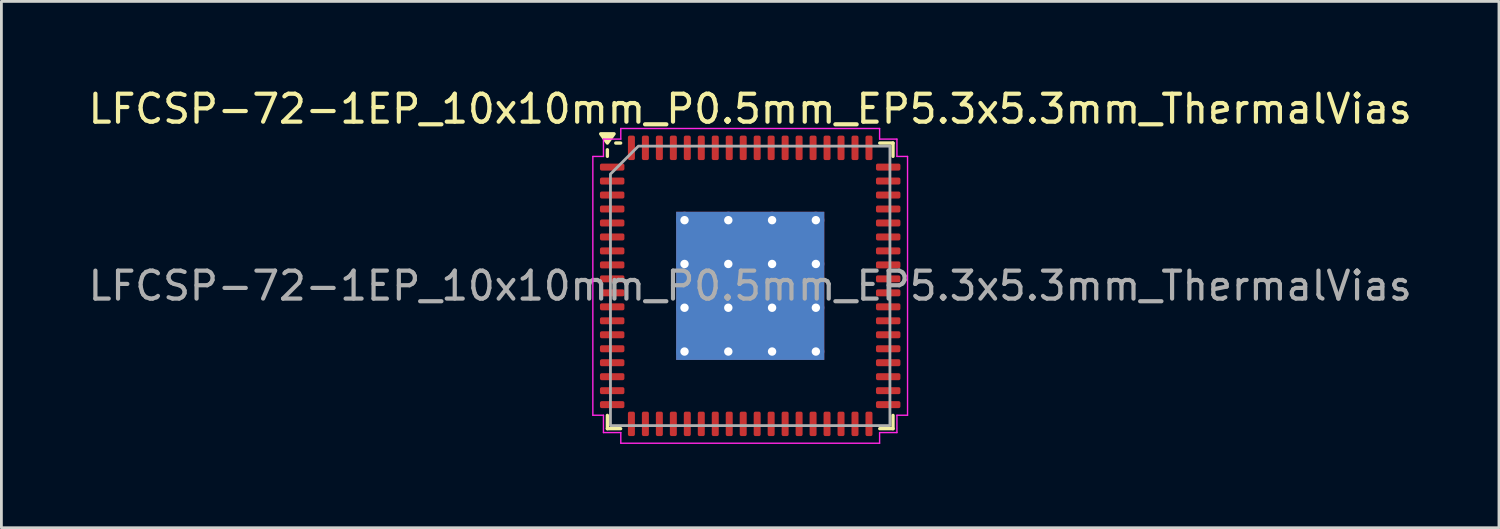
<source format=kicad_pcb>
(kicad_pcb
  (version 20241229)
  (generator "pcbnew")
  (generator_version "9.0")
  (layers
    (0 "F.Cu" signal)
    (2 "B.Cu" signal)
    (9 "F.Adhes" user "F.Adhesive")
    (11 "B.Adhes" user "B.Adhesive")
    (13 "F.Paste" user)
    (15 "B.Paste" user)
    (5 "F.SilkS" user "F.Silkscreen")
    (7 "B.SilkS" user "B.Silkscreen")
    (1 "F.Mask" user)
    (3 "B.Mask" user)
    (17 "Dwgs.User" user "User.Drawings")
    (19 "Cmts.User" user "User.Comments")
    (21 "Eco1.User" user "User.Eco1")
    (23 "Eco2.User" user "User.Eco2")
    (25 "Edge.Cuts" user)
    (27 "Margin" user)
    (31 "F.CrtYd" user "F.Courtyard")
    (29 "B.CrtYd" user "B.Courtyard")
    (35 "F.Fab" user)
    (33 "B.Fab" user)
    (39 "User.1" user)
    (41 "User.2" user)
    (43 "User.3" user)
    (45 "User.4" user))
  (footprint "LFCSP-72-1EP_10x10mm_P0.5mm_EP5.3x5.3mm_ThermalVias"
    (layer "F.Cu")
    (at 23.792 7.178)
    (property "Reference" "LFCSP-72-1EP_10x10mm_P0.5mm_EP5.3x5.3mm_ThermalVias" (at 0 -6.33 0) (layer "F.SilkS") (effects (font (size 1 1) (thickness 0.15))))
    (attr smd)
    (fp_line (start -5.11 -4.635) (end -5.11 -4.87) (stroke (width 0.12) (type solid)) (layer "F.SilkS"))
    (fp_line (start -5.11 5.11) (end -5.11 4.635) (stroke (width 0.12) (type solid)) (layer "F.SilkS"))
    (fp_line (start -4.635 -5.11) (end -4.81 -5.11) (stroke (width 0.12) (type solid)) (layer "F.SilkS"))
    (fp_line (start -4.635 5.11) (end -5.11 5.11) (stroke (width 0.12) (type solid)) (layer "F.SilkS"))
    (fp_line (start 4.635 -5.11) (end 5.11 -5.11) (stroke (width 0.12) (type solid)) (layer "F.SilkS"))
    (fp_line (start 4.635 5.11) (end 5.11 5.11) (stroke (width 0.12) (type solid)) (layer "F.SilkS"))
    (fp_line (start 5.11 -5.11) (end 5.11 -4.635) (stroke (width 0.12) (type solid)) (layer "F.SilkS"))
    (fp_line (start 5.11 5.11) (end 5.11 4.635) (stroke (width 0.12) (type solid)) (layer "F.SilkS"))
    (fp_poly (pts (xy -5.11 -5.11) (xy -5.35 -5.44) (xy -4.87 -5.44)) (stroke (width 0.12) (type solid)) (fill yes) (layer "F.SilkS"))
    (fp_line (start -5.63 -4.63) (end -5.25 -4.63) (stroke (width 0.05) (type solid)) (layer "F.CrtYd"))
    (fp_line (start -5.63 4.63) (end -5.63 -4.63) (stroke (width 0.05) (type solid)) (layer "F.CrtYd"))
    (fp_line (start -5.25 -5.25) (end -4.63 -5.25) (stroke (width 0.05) (type solid)) (layer "F.CrtYd"))
    (fp_line (start -5.25 -4.63) (end -5.25 -5.25) (stroke (width 0.05) (type solid)) (layer "F.CrtYd"))
    (fp_line (start -5.25 4.63) (end -5.63 4.63) (stroke (width 0.05) (type solid)) (layer "F.CrtYd"))
    (fp_line (start -5.25 5.25) (end -5.25 4.63) (stroke (width 0.05) (type solid)) (layer "F.CrtYd"))
    (fp_line (start -4.63 -5.63) (end 4.63 -5.63) (stroke (width 0.05) (type solid)) (layer "F.CrtYd"))
    (fp_line (start -4.63 -5.25) (end -4.63 -5.63) (stroke (width 0.05) (type solid)) (layer "F.CrtYd"))
    (fp_line (start -4.63 5.25) (end -5.25 5.25) (stroke (width 0.05) (type solid)) (layer "F.CrtYd"))
    (fp_line (start -4.63 5.63) (end -4.63 5.25) (stroke (width 0.05) (type solid)) (layer "F.CrtYd"))
    (fp_line (start 4.63 -5.63) (end 4.63 -5.25) (stroke (width 0.05) (type solid)) (layer "F.CrtYd"))
    (fp_line (start 4.63 -5.25) (end 5.25 -5.25) (stroke (width 0.05) (type solid)) (layer "F.CrtYd"))
    (fp_line (start 4.63 5.25) (end 4.63 5.63) (stroke (width 0.05) (type solid)) (layer "F.CrtYd"))
    (fp_line (start 4.63 5.63) (end -4.63 5.63) (stroke (width 0.05) (type solid)) (layer "F.CrtYd"))
    (fp_line (start 5.25 -5.25) (end 5.25 -4.63) (stroke (width 0.05) (type solid)) (layer "F.CrtYd"))
    (fp_line (start 5.25 -4.63) (end 5.63 -4.63) (stroke (width 0.05) (type solid)) (layer "F.CrtYd"))
    (fp_line (start 5.25 4.63) (end 5.25 5.25) (stroke (width 0.05) (type solid)) (layer "F.CrtYd"))
    (fp_line (start 5.25 5.25) (end 4.63 5.25) (stroke (width 0.05) (type solid)) (layer "F.CrtYd"))
    (fp_line (start 5.63 -4.63) (end 5.63 4.63) (stroke (width 0.05) (type solid)) (layer "F.CrtYd"))
    (fp_line (start 5.63 4.63) (end 5.25 4.63) (stroke (width 0.05) (type solid)) (layer "F.CrtYd"))
    (fp_poly (pts (xy -5 -4) (xy -5 5) (xy 5 5) (xy 5 -5) (xy -4 -5)) (stroke (width 0.1) (type solid)) (fill no) (layer "F.Fab"))
    (fp_text user "${REFERENCE}" (at 0 0 0) (layer "F.Fab") (effects (font (size 1 1) (thickness 0.15))))
    (pad "" smd roundrect (at -1.77 -1.77) (size 1.42 1.42) (layers "F.Paste") (roundrect_rratio 0.176))
    (pad "" smd roundrect (at -1.77 0) (size 1.42 1.42) (layers "F.Paste") (roundrect_rratio 0.176))
    (pad "" smd roundrect (at -1.77 1.77) (size 1.42 1.42) (layers "F.Paste") (roundrect_rratio 0.176))
    (pad "" smd roundrect (at 0 -1.77) (size 1.42 1.42) (layers "F.Paste") (roundrect_rratio 0.176))
    (pad "" smd roundrect (at 0 0) (size 1.42 1.42) (layers "F.Paste") (roundrect_rratio 0.176))
    (pad "" smd roundrect (at 0 1.77) (size 1.42 1.42) (layers "F.Paste") (roundrect_rratio 0.176))
    (pad "" smd roundrect (at 1.77 -1.77) (size 1.42 1.42) (layers "F.Paste") (roundrect_rratio 0.176))
    (pad "" smd roundrect (at 1.77 0) (size 1.42 1.42) (layers "F.Paste") (roundrect_rratio 0.176))
    (pad "" smd roundrect (at 1.77 1.77) (size 1.42 1.42) (layers "F.Paste") (roundrect_rratio 0.176))
    (pad "1" smd roundrect (at -4.938 -4.25) (size 0.875 0.25) (layers "F.Cu" "F.Mask" "F.Paste") (roundrect_rratio 0.25))
    (pad "2" smd roundrect (at -4.938 -3.75) (size 0.875 0.25) (layers "F.Cu" "F.Mask" "F.Paste") (roundrect_rratio 0.25))
    (pad "3" smd roundrect (at -4.938 -3.25) (size 0.875 0.25) (layers "F.Cu" "F.Mask" "F.Paste") (roundrect_rratio 0.25))
    (pad "4" smd roundrect (at -4.938 -2.75) (size 0.875 0.25) (layers "F.Cu" "F.Mask" "F.Paste") (roundrect_rratio 0.25))
    (pad "5" smd roundrect (at -4.938 -2.25) (size 0.875 0.25) (layers "F.Cu" "F.Mask" "F.Paste") (roundrect_rratio 0.25))
    (pad "6" smd roundrect (at -4.938 -1.75) (size 0.875 0.25) (layers "F.Cu" "F.Mask" "F.Paste") (roundrect_rratio 0.25))
    (pad "7" smd roundrect (at -4.938 -1.25) (size 0.875 0.25) (layers "F.Cu" "F.Mask" "F.Paste") (roundrect_rratio 0.25))
    (pad "8" smd roundrect (at -4.938 -0.75) (size 0.875 0.25) (layers "F.Cu" "F.Mask" "F.Paste") (roundrect_rratio 0.25))
    (pad "9" smd roundrect (at -4.938 -0.25) (size 0.875 0.25) (layers "F.Cu" "F.Mask" "F.Paste") (roundrect_rratio 0.25))
    (pad "10" smd roundrect (at -4.938 0.25) (size 0.875 0.25) (layers "F.Cu" "F.Mask" "F.Paste") (roundrect_rratio 0.25))
    (pad "11" smd roundrect (at -4.938 0.75) (size 0.875 0.25) (layers "F.Cu" "F.Mask" "F.Paste") (roundrect_rratio 0.25))
    (pad "12" smd roundrect (at -4.938 1.25) (size 0.875 0.25) (layers "F.Cu" "F.Mask" "F.Paste") (roundrect_rratio 0.25))
    (pad "13" smd roundrect (at -4.938 1.75) (size 0.875 0.25) (layers "F.Cu" "F.Mask" "F.Paste") (roundrect_rratio 0.25))
    (pad "14" smd roundrect (at -4.938 2.25) (size 0.875 0.25) (layers "F.Cu" "F.Mask" "F.Paste") (roundrect_rratio 0.25))
    (pad "15" smd roundrect (at -4.938 2.75) (size 0.875 0.25) (layers "F.Cu" "F.Mask" "F.Paste") (roundrect_rratio 0.25))
    (pad "16" smd roundrect (at -4.938 3.25) (size 0.875 0.25) (layers "F.Cu" "F.Mask" "F.Paste") (roundrect_rratio 0.25))
    (pad "17" smd roundrect (at -4.938 3.75) (size 0.875 0.25) (layers "F.Cu" "F.Mask" "F.Paste") (roundrect_rratio 0.25))
    (pad "18" smd roundrect (at -4.938 4.25) (size 0.875 0.25) (layers "F.Cu" "F.Mask" "F.Paste") (roundrect_rratio 0.25))
    (pad "19" smd roundrect (at -4.25 4.938) (size 0.25 0.875) (layers "F.Cu" "F.Mask" "F.Paste") (roundrect_rratio 0.25))
    (pad "20" smd roundrect (at -3.75 4.938) (size 0.25 0.875) (layers "F.Cu" "F.Mask" "F.Paste") (roundrect_rratio 0.25))
    (pad "21" smd roundrect (at -3.25 4.938) (size 0.25 0.875) (layers "F.Cu" "F.Mask" "F.Paste") (roundrect_rratio 0.25))
    (pad "22" smd roundrect (at -2.75 4.938) (size 0.25 0.875) (layers "F.Cu" "F.Mask" "F.Paste") (roundrect_rratio 0.25))
    (pad "23" smd roundrect (at -2.25 4.938) (size 0.25 0.875) (layers "F.Cu" "F.Mask" "F.Paste") (roundrect_rratio 0.25))
    (pad "24" smd roundrect (at -1.75 4.938) (size 0.25 0.875) (layers "F.Cu" "F.Mask" "F.Paste") (roundrect_rratio 0.25))
    (pad "25" smd roundrect (at -1.25 4.938) (size 0.25 0.875) (layers "F.Cu" "F.Mask" "F.Paste") (roundrect_rratio 0.25))
    (pad "26" smd roundrect (at -0.75 4.938) (size 0.25 0.875) (layers "F.Cu" "F.Mask" "F.Paste") (roundrect_rratio 0.25))
    (pad "27" smd roundrect (at -0.25 4.938) (size 0.25 0.875) (layers "F.Cu" "F.Mask" "F.Paste") (roundrect_rratio 0.25))
    (pad "28" smd roundrect (at 0.25 4.938) (size 0.25 0.875) (layers "F.Cu" "F.Mask" "F.Paste") (roundrect_rratio 0.25))
    (pad "29" smd roundrect (at 0.75 4.938) (size 0.25 0.875) (layers "F.Cu" "F.Mask" "F.Paste") (roundrect_rratio 0.25))
    (pad "30" smd roundrect (at 1.25 4.938) (size 0.25 0.875) (layers "F.Cu" "F.Mask" "F.Paste") (roundrect_rratio 0.25))
    (pad "31" smd roundrect (at 1.75 4.938) (size 0.25 0.875) (layers "F.Cu" "F.Mask" "F.Paste") (roundrect_rratio 0.25))
    (pad "32" smd roundrect (at 2.25 4.938) (size 0.25 0.875) (layers "F.Cu" "F.Mask" "F.Paste") (roundrect_rratio 0.25))
    (pad "33" smd roundrect (at 2.75 4.938) (size 0.25 0.875) (layers "F.Cu" "F.Mask" "F.Paste") (roundrect_rratio 0.25))
    (pad "34" smd roundrect (at 3.25 4.938) (size 0.25 0.875) (layers "F.Cu" "F.Mask" "F.Paste") (roundrect_rratio 0.25))
    (pad "35" smd roundrect (at 3.75 4.938) (size 0.25 0.875) (layers "F.Cu" "F.Mask" "F.Paste") (roundrect_rratio 0.25))
    (pad "36" smd roundrect (at 4.25 4.938) (size 0.25 0.875) (layers "F.Cu" "F.Mask" "F.Paste") (roundrect_rratio 0.25))
    (pad "37" smd roundrect (at 4.938 4.25) (size 0.875 0.25) (layers "F.Cu" "F.Mask" "F.Paste") (roundrect_rratio 0.25))
    (pad "38" smd roundrect (at 4.938 3.75) (size 0.875 0.25) (layers "F.Cu" "F.Mask" "F.Paste") (roundrect_rratio 0.25))
    (pad "39" smd roundrect (at 4.938 3.25) (size 0.875 0.25) (layers "F.Cu" "F.Mask" "F.Paste") (roundrect_rratio 0.25))
    (pad "40" smd roundrect (at 4.938 2.75) (size 0.875 0.25) (layers "F.Cu" "F.Mask" "F.Paste") (roundrect_rratio 0.25))
    (pad "41" smd roundrect (at 4.938 2.25) (size 0.875 0.25) (layers "F.Cu" "F.Mask" "F.Paste") (roundrect_rratio 0.25))
    (pad "42" smd roundrect (at 4.938 1.75) (size 0.875 0.25) (layers "F.Cu" "F.Mask" "F.Paste") (roundrect_rratio 0.25))
    (pad "43" smd roundrect (at 4.938 1.25) (size 0.875 0.25) (layers "F.Cu" "F.Mask" "F.Paste") (roundrect_rratio 0.25))
    (pad "44" smd roundrect (at 4.938 0.75) (size 0.875 0.25) (layers "F.Cu" "F.Mask" "F.Paste") (roundrect_rratio 0.25))
    (pad "45" smd roundrect (at 4.938 0.25) (size 0.875 0.25) (layers "F.Cu" "F.Mask" "F.Paste") (roundrect_rratio 0.25))
    (pad "46" smd roundrect (at 4.938 -0.25) (size 0.875 0.25) (layers "F.Cu" "F.Mask" "F.Paste") (roundrect_rratio 0.25))
    (pad "47" smd roundrect (at 4.938 -0.75) (size 0.875 0.25) (layers "F.Cu" "F.Mask" "F.Paste") (roundrect_rratio 0.25))
    (pad "48" smd roundrect (at 4.938 -1.25) (size 0.875 0.25) (layers "F.Cu" "F.Mask" "F.Paste") (roundrect_rratio 0.25))
    (pad "49" smd roundrect (at 4.938 -1.75) (size 0.875 0.25) (layers "F.Cu" "F.Mask" "F.Paste") (roundrect_rratio 0.25))
    (pad "50" smd roundrect (at 4.938 -2.25) (size 0.875 0.25) (layers "F.Cu" "F.Mask" "F.Paste") (roundrect_rratio 0.25))
    (pad "51" smd roundrect (at 4.938 -2.75) (size 0.875 0.25) (layers "F.Cu" "F.Mask" "F.Paste") (roundrect_rratio 0.25))
    (pad "52" smd roundrect (at 4.938 -3.25) (size 0.875 0.25) (layers "F.Cu" "F.Mask" "F.Paste") (roundrect_rratio 0.25))
    (pad "53" smd roundrect (at 4.938 -3.75) (size 0.875 0.25) (layers "F.Cu" "F.Mask" "F.Paste") (roundrect_rratio 0.25))
    (pad "54" smd roundrect (at 4.938 -4.25) (size 0.875 0.25) (layers "F.Cu" "F.Mask" "F.Paste") (roundrect_rratio 0.25))
    (pad "55" smd roundrect (at 4.25 -4.938) (size 0.25 0.875) (layers "F.Cu" "F.Mask" "F.Paste") (roundrect_rratio 0.25))
    (pad "56" smd roundrect (at 3.75 -4.938) (size 0.25 0.875) (layers "F.Cu" "F.Mask" "F.Paste") (roundrect_rratio 0.25))
    (pad "57" smd roundrect (at 3.25 -4.938) (size 0.25 0.875) (layers "F.Cu" "F.Mask" "F.Paste") (roundrect_rratio 0.25))
    (pad "58" smd roundrect (at 2.75 -4.938) (size 0.25 0.875) (layers "F.Cu" "F.Mask" "F.Paste") (roundrect_rratio 0.25))
    (pad "59" smd roundrect (at 2.25 -4.938) (size 0.25 0.875) (layers "F.Cu" "F.Mask" "F.Paste") (roundrect_rratio 0.25))
    (pad "60" smd roundrect (at 1.75 -4.938) (size 0.25 0.875) (layers "F.Cu" "F.Mask" "F.Paste") (roundrect_rratio 0.25))
    (pad "61" smd roundrect (at 1.25 -4.938) (size 0.25 0.875) (layers "F.Cu" "F.Mask" "F.Paste") (roundrect_rratio 0.25))
    (pad "62" smd roundrect (at 0.75 -4.938) (size 0.25 0.875) (layers "F.Cu" "F.Mask" "F.Paste") (roundrect_rratio 0.25))
    (pad "63" smd roundrect (at 0.25 -4.938) (size 0.25 0.875) (layers "F.Cu" "F.Mask" "F.Paste") (roundrect_rratio 0.25))
    (pad "64" smd roundrect (at -0.25 -4.938) (size 0.25 0.875) (layers "F.Cu" "F.Mask" "F.Paste") (roundrect_rratio 0.25))
    (pad "65" smd roundrect (at -0.75 -4.938) (size 0.25 0.875) (layers "F.Cu" "F.Mask" "F.Paste") (roundrect_rratio 0.25))
    (pad "66" smd roundrect (at -1.25 -4.938) (size 0.25 0.875) (layers "F.Cu" "F.Mask" "F.Paste") (roundrect_rratio 0.25))
    (pad "67" smd roundrect (at -1.75 -4.938) (size 0.25 0.875) (layers "F.Cu" "F.Mask" "F.Paste") (roundrect_rratio 0.25))
    (pad "68" smd roundrect (at -2.25 -4.938) (size 0.25 0.875) (layers "F.Cu" "F.Mask" "F.Paste") (roundrect_rratio 0.25))
    (pad "69" smd roundrect (at -2.75 -4.938) (size 0.25 0.875) (layers "F.Cu" "F.Mask" "F.Paste") (roundrect_rratio 0.25))
    (pad "70" smd roundrect (at -3.25 -4.938) (size 0.25 0.875) (layers "F.Cu" "F.Mask" "F.Paste") (roundrect_rratio 0.25))
    (pad "71" smd roundrect (at -3.75 -4.938) (size 0.25 0.875) (layers "F.Cu" "F.Mask" "F.Paste") (roundrect_rratio 0.25))
    (pad "72" smd roundrect (at -4.25 -4.938) (size 0.25 0.875) (layers "F.Cu" "F.Mask" "F.Paste") (roundrect_rratio 0.25))
    (pad "73" thru_hole circle (at -2.35 -2.35) (size 0.6 0.6) (drill 0.3) (property pad_prop_heatsink) (layers "*.Cu"))
    (pad "73" thru_hole circle (at -2.35 -0.783) (size 0.6 0.6) (drill 0.3) (property pad_prop_heatsink) (layers "*.Cu"))
    (pad "73" thru_hole circle (at -2.35 0.783) (size 0.6 0.6) (drill 0.3) (property pad_prop_heatsink) (layers "*.Cu"))
    (pad "73" thru_hole circle (at -2.35 2.35) (size 0.6 0.6) (drill 0.3) (property pad_prop_heatsink) (layers "*.Cu"))
    (pad "73" thru_hole circle (at -0.783 -2.35) (size 0.6 0.6) (drill 0.3) (property pad_prop_heatsink) (layers "*.Cu"))
    (pad "73" thru_hole circle (at -0.783 -0.783) (size 0.6 0.6) (drill 0.3) (property pad_prop_heatsink) (layers "*.Cu"))
    (pad "73" thru_hole circle (at -0.783 0.783) (size 0.6 0.6) (drill 0.3) (property pad_prop_heatsink) (layers "*.Cu"))
    (pad "73" thru_hole circle (at -0.783 2.35) (size 0.6 0.6) (drill 0.3) (property pad_prop_heatsink) (layers "*.Cu"))
    (pad "73" smd rect (at 0 0) (size 5.3 5.3) (property pad_prop_heatsink) (layers "F.Cu" "F.Mask"))
    (pad "73" smd rect (at 0 0) (size 5.3 5.3) (property pad_prop_heatsink) (layers "B.Cu"))
    (pad "73" thru_hole circle (at 0.783 -2.35) (size 0.6 0.6) (drill 0.3) (property pad_prop_heatsink) (layers "*.Cu"))
    (pad "73" thru_hole circle (at 0.783 -0.783) (size 0.6 0.6) (drill 0.3) (property pad_prop_heatsink) (layers "*.Cu"))
    (pad "73" thru_hole circle (at 0.783 0.783) (size 0.6 0.6) (drill 0.3) (property pad_prop_heatsink) (layers "*.Cu"))
    (pad "73" thru_hole circle (at 0.783 2.35) (size 0.6 0.6) (drill 0.3) (property pad_prop_heatsink) (layers "*.Cu"))
    (pad "73" thru_hole circle (at 2.35 -2.35) (size 0.6 0.6) (drill 0.3) (property pad_prop_heatsink) (layers "*.Cu"))
    (pad "73" thru_hole circle (at 2.35 -0.783) (size 0.6 0.6) (drill 0.3) (property pad_prop_heatsink) (layers "*.Cu"))
    (pad "73" thru_hole circle (at 2.35 0.783) (size 0.6 0.6) (drill 0.3) (property pad_prop_heatsink) (layers "*.Cu"))
    (pad "73" thru_hole circle (at 2.35 2.35) (size 0.6 0.6) (drill 0.3) (property pad_prop_heatsink) (layers "*.Cu")))
  (gr_rect
    (start -3 -3)
    (end 50.583 15.833)
    (stroke (width 0.1) (type default))
    (fill no)
    (layer "Edge.Cuts")))
</source>
